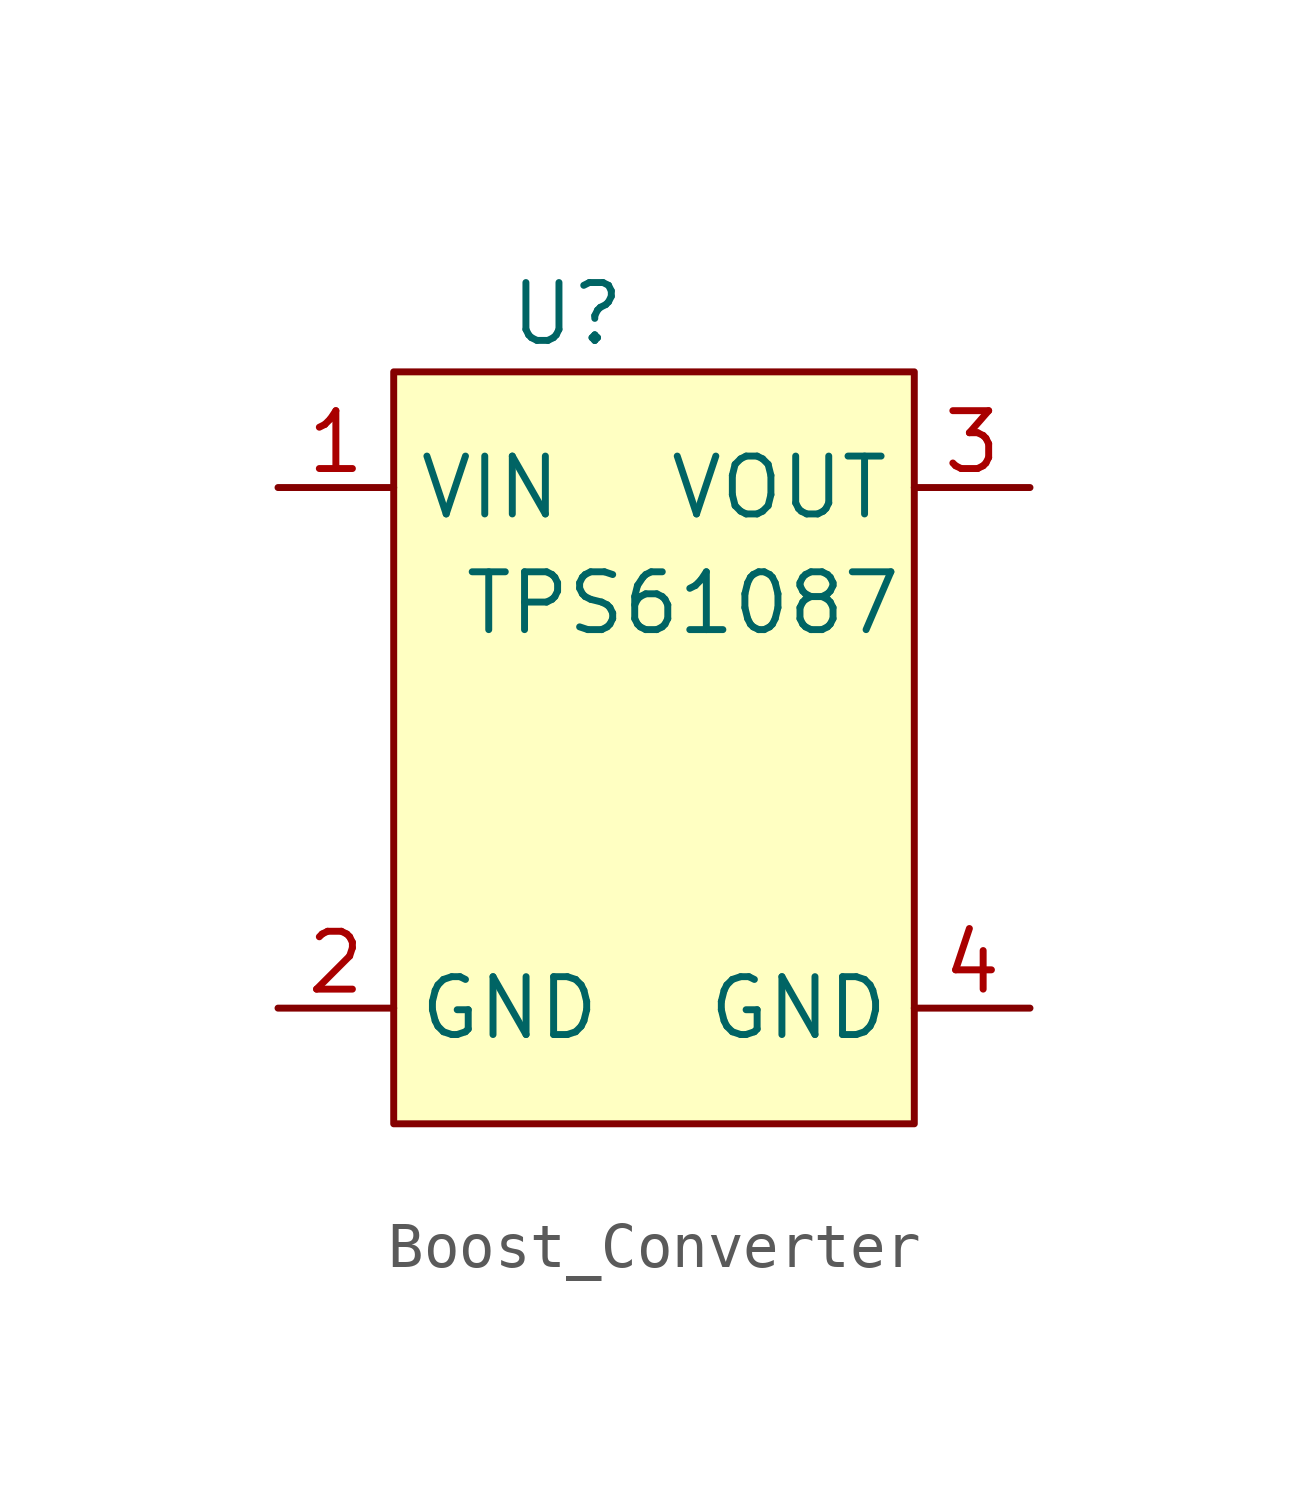
<source format=kicad_sym>
(kicad_symbol_lib
  (version 20220914)
  (generator kicad_symbol_editor)
  (symbol "Boost_Converter"
    (property "Reference" "U"
      (at 0 0 0)
      (effects (font (size 1.27 1.27))))
    (property "Value" "TPS61087"
      (at 2.54 -6.35 0)
      (effects (font (size 1.27 1.27))))
    (symbol "Boost_Converter_1_1"
      (rectangle (start -3.81 -1.27) (end 7.62 -17.78) (stroke (width 0) (type default)) (fill (type background)))
      (pin input line (at -6.35 -3.81 0) (length 2.54) (name "VIN" (effects (font (size 1.27 1.27)))) (number "1" (effects (font (size 1.27 1.27)))))
      (pin input line (at -6.35 -15.24 0) (length 2.54) (name "GND" (effects (font (size 1.27 1.27)))) (number "2" (effects (font (size 1.27 1.27)))))
      (pin input line (at 10.16 -3.81 180) (length 2.54) (name "VOUT" (effects (font (size 1.27 1.27)))) (number "3" (effects (font (size 1.27 1.27)))))
      (pin input line (at 10.16 -15.24 180) (length 2.54) (name "GND" (effects (font (size 1.27 1.27)))) (number "4" (effects (font (size 1.27 1.27))))))))
</source>
